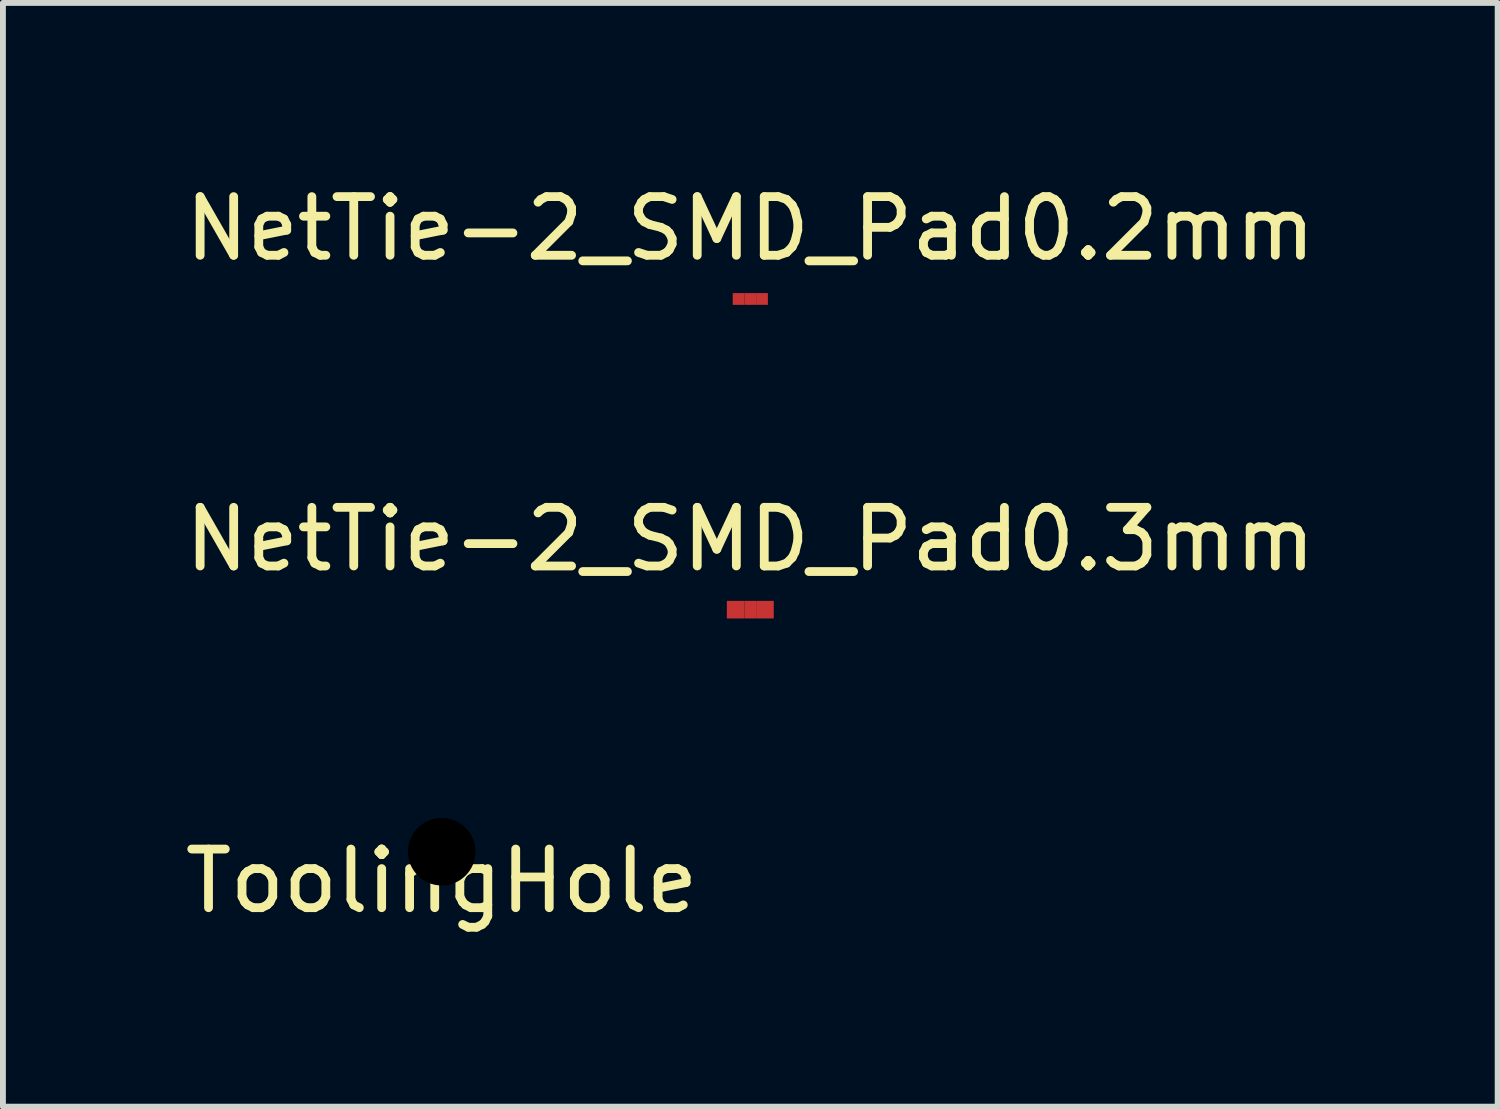
<source format=kicad_pcb>
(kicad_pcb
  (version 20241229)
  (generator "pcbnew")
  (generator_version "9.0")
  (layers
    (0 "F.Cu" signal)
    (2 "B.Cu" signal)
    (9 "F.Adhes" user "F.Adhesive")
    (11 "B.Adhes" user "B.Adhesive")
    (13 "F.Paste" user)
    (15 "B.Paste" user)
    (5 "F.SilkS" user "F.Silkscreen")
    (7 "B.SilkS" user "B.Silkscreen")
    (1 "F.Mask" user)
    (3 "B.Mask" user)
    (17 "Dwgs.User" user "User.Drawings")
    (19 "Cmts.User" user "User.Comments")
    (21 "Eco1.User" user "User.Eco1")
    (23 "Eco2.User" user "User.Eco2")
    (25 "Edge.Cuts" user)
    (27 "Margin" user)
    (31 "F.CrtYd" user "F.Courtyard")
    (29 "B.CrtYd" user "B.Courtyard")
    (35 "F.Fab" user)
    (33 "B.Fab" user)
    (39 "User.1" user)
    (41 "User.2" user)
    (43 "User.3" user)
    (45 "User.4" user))
  (footprint "NetTie-2_SMD_Pad0.3mm"
    (layer "F.Cu")
    (at 9.744 7.346)
    (property "Reference" "NetTie-2_SMD_Pad0.3mm" (at 0 -1.2 0) (layer "F.SilkS") (effects (font (size 1 1) (thickness 0.15))))
    (attr exclude_from_pos_files exclude_from_bom allow_missing_courtyard)
    (fp_poly (pts (xy -0.1 -0.15) (xy 0.1 -0.15) (xy 0.1 0.15) (xy -0.1 0.15)) (stroke (width 0) (type solid)) (fill yes) (layer "F.Cu"))
    (pad "1" smd rect (at -0.25 0) (size 0.3 0.3) (layers "F.Cu"))
    (pad "2" smd rect (at 0.25 0) (size 0.3 0.3) (layers "F.Cu")))
  (footprint "ToolingHole"
    (layer "F.Cu")
    (at 4.482 11.473)
    (property "Reference" "ToolingHole" (at 0 0.5 0) (layer "F.SilkS") (effects (font (size 1 1) (thickness 0.15))))
    (attr through_hole)
    (pad "" np_thru_hole circle (at 0 0) (size 1.752 1.752) (drill 1.152) (layers "*.Mask")))
  (footprint "NetTie-2_SMD_Pad0.2mm"
    (layer "F.Cu")
    (at 9.744 2.048)
    (property "Reference" "NetTie-2_SMD_Pad0.2mm" (at 0 -1.2 0) (layer "F.SilkS") (effects (font (size 1 1) (thickness 0.15))))
    (attr exclude_from_pos_files exclude_from_bom allow_missing_courtyard)
    (fp_poly (pts (xy -0.1 -0.1) (xy 0.1 -0.1) (xy 0.1 0.1) (xy -0.1 0.1)) (stroke (width 0) (type solid)) (fill yes) (layer "F.Cu"))
    (pad "1" smd rect (at -0.2 0) (size 0.2 0.2) (layers "F.Cu"))
    (pad "2" smd rect (at 0.2 0) (size 0.2 0.2) (layers "F.Cu")))
  (gr_rect
    (start -3 -3)
    (end 22.488 15.821)
    (stroke (width 0.1) (type default))
    (fill no)
    (layer "Edge.Cuts")))
</source>
